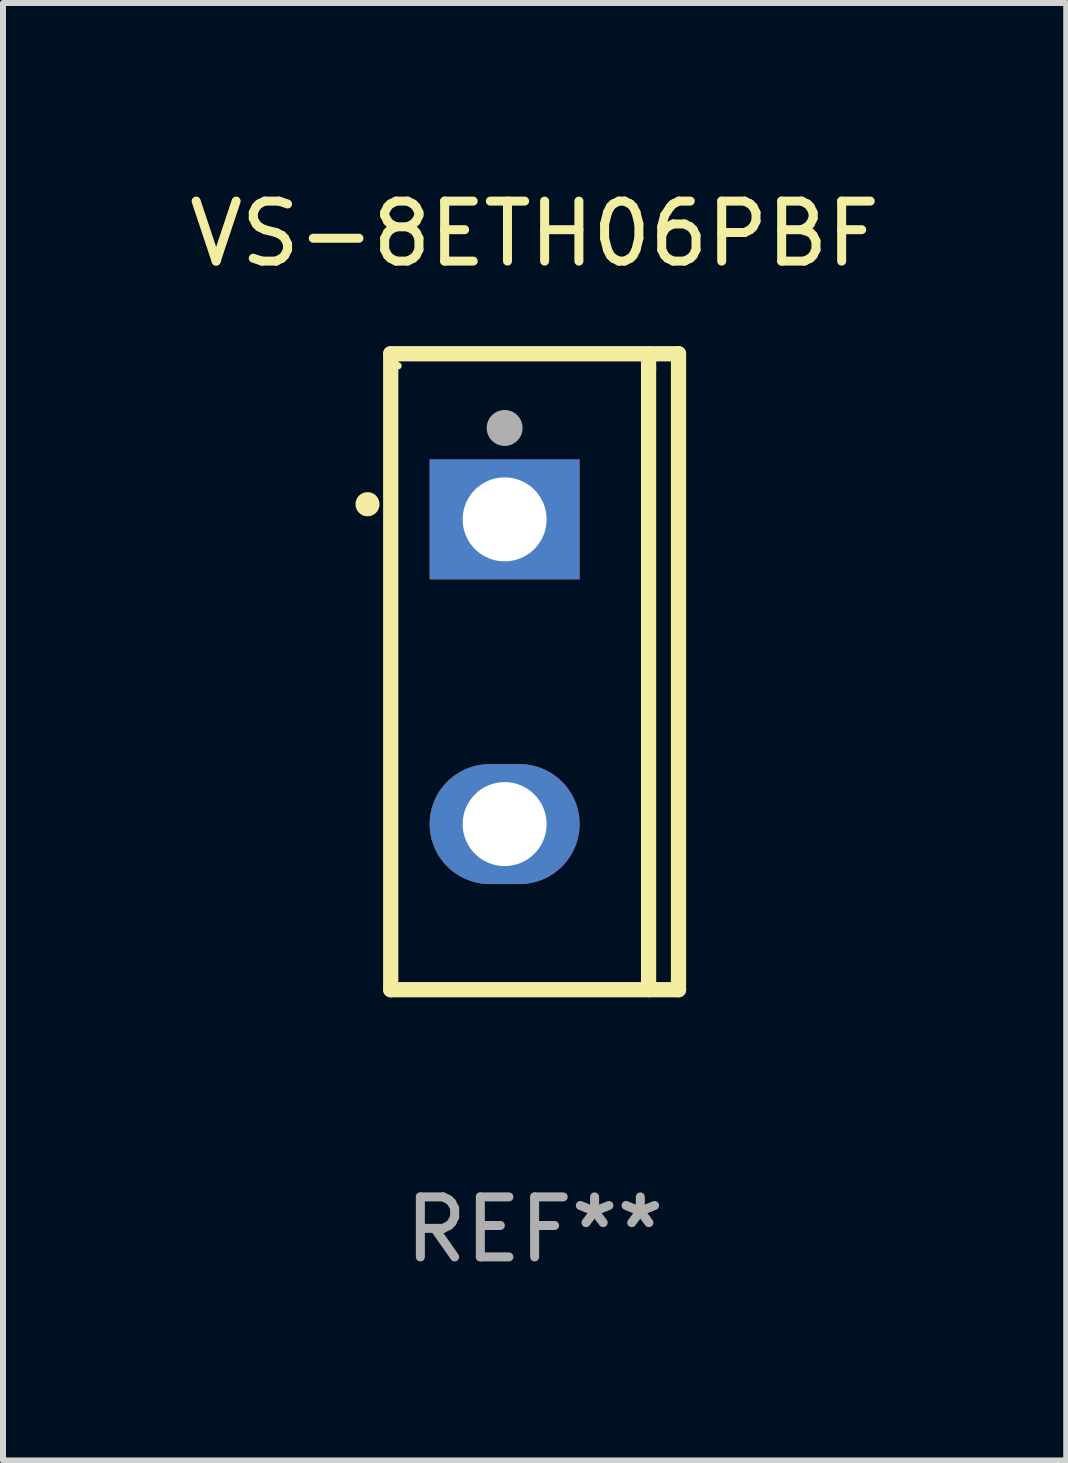
<source format=kicad_pcb>
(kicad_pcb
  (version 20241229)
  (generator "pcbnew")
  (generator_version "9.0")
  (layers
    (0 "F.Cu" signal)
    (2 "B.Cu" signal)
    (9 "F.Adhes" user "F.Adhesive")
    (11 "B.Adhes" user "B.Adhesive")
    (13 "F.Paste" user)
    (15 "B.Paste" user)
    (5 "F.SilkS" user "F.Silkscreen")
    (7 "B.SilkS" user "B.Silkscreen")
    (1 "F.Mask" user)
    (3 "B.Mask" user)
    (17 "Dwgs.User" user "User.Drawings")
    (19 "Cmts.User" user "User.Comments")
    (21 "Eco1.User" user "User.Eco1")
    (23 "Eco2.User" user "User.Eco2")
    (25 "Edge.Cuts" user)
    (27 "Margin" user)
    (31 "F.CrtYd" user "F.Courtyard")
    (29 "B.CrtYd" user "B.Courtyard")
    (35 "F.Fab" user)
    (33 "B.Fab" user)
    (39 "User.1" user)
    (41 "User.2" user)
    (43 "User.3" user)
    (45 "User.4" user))
  (footprint "VS-8ETH06PBF"
    (layer "F.Cu")
    (at 5.863 8.149)
    (property "Reference" "VS-8ETH06PBF" (at 0 -7.301 0) (layer "F.SilkS") (effects (font (size 1 1) (thickness 0.15))))
    (attr through_hole)
    (fp_line (start -2.399 -5.301) (end 2.394 -5.301) (stroke (width 0.254) (type solid)) (layer "F.SilkS"))
    (fp_line (start -2.399 5.301) (end -2.399 -5.301) (stroke (width 0.254) (type solid)) (layer "F.SilkS"))
    (fp_line (start 1.9 -5.061) (end 1.9 -5.3) (stroke (width 0.254) (type solid)) (layer "F.SilkS"))
    (fp_line (start 1.9 5.3) (end 1.9 -5.061) (stroke (width 0.254) (type solid)) (layer "F.SilkS"))
    (fp_line (start 2.394 -5.301) (end 2.399 -5.301) (stroke (width 0.254) (type solid)) (layer "F.SilkS"))
    (fp_line (start 2.399 -5.301) (end 2.399 5.301) (stroke (width 0.254) (type solid)) (layer "F.SilkS"))
    (fp_line (start 2.399 5.301) (end -2.399 5.301) (stroke (width 0.254) (type solid)) (layer "F.SilkS"))
    (fp_arc (start -2.786043 -2.791466) (mid -2.786047 -2.792736) (end -2.786043 -2.794006) (stroke (width 0.4) (type solid)) (layer "F.SilkS"))
    (fp_circle (center -2.275 -5.1) (end -2.245 -5.1) (stroke (width 0.06) (type solid)) (fill no) (layer "F.SilkS"))
    (fp_circle (center -0.5 -4.064) (end -0.35 -4.064) (stroke (width 0.3) (type solid)) (fill no) (layer "F.Fab"))
    (fp_text user "REF**" (at 0 9.301 0) (layer "F.Fab") (effects (font (size 1 1) (thickness 0.15))))
    (pad "1" thru_hole rect (at -0.5 -2.54 270) (size 2 2.5) (drill 1.4) (layers "*.Cu" "*.Mask"))
    (pad "3" thru_hole oval (at -0.5 2.54 270) (size 2 2.5) (drill 1.4) (layers "*.Cu" "*.Mask")))
  (gr_rect
    (start -3 -3)
    (end 14.726 21.299)
    (stroke (width 0.1) (type default))
    (fill no)
    (layer "Edge.Cuts")))
</source>
